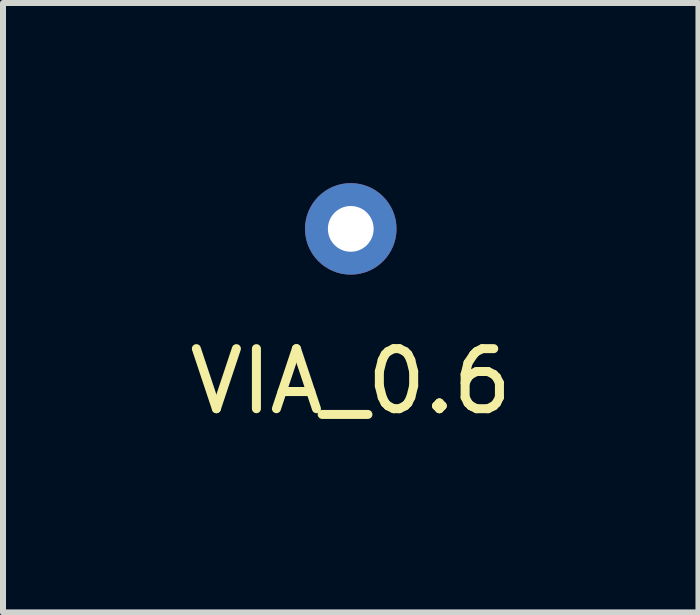
<source format=kicad_pcb>
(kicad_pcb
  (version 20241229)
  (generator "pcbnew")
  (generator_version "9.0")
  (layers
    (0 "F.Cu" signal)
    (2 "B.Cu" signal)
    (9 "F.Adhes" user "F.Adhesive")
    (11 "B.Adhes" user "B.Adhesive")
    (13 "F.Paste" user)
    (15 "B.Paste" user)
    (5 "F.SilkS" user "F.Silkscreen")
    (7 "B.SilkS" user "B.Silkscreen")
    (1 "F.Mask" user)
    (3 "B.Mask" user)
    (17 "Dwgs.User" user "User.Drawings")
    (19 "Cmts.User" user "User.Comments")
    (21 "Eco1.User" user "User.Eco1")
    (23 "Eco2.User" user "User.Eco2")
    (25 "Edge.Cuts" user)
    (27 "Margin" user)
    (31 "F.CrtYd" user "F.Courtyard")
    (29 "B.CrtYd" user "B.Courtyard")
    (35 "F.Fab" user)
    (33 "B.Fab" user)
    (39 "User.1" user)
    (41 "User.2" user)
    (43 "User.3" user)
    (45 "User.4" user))
  (footprint "VIA_0.6"
    (layer "F.Cu")
    (at 2.792 0.762)
    (property "Reference" "VIA_0.6" (at 0 2.54 0) (layer "F.SilkS") (effects (font (size 1 1) (thickness 0.15))))
    (attr through_hole)
    (pad "1" thru_hole circle (at 0 0) (size 1.524 1.524) (drill 0.762) (layers "*.Cu" "*.Mask")))
  (gr_rect
    (start -3 -3)
    (end 8.583 7.15)
    (stroke (width 0.1) (type default))
    (fill no)
    (layer "Edge.Cuts")))
</source>
